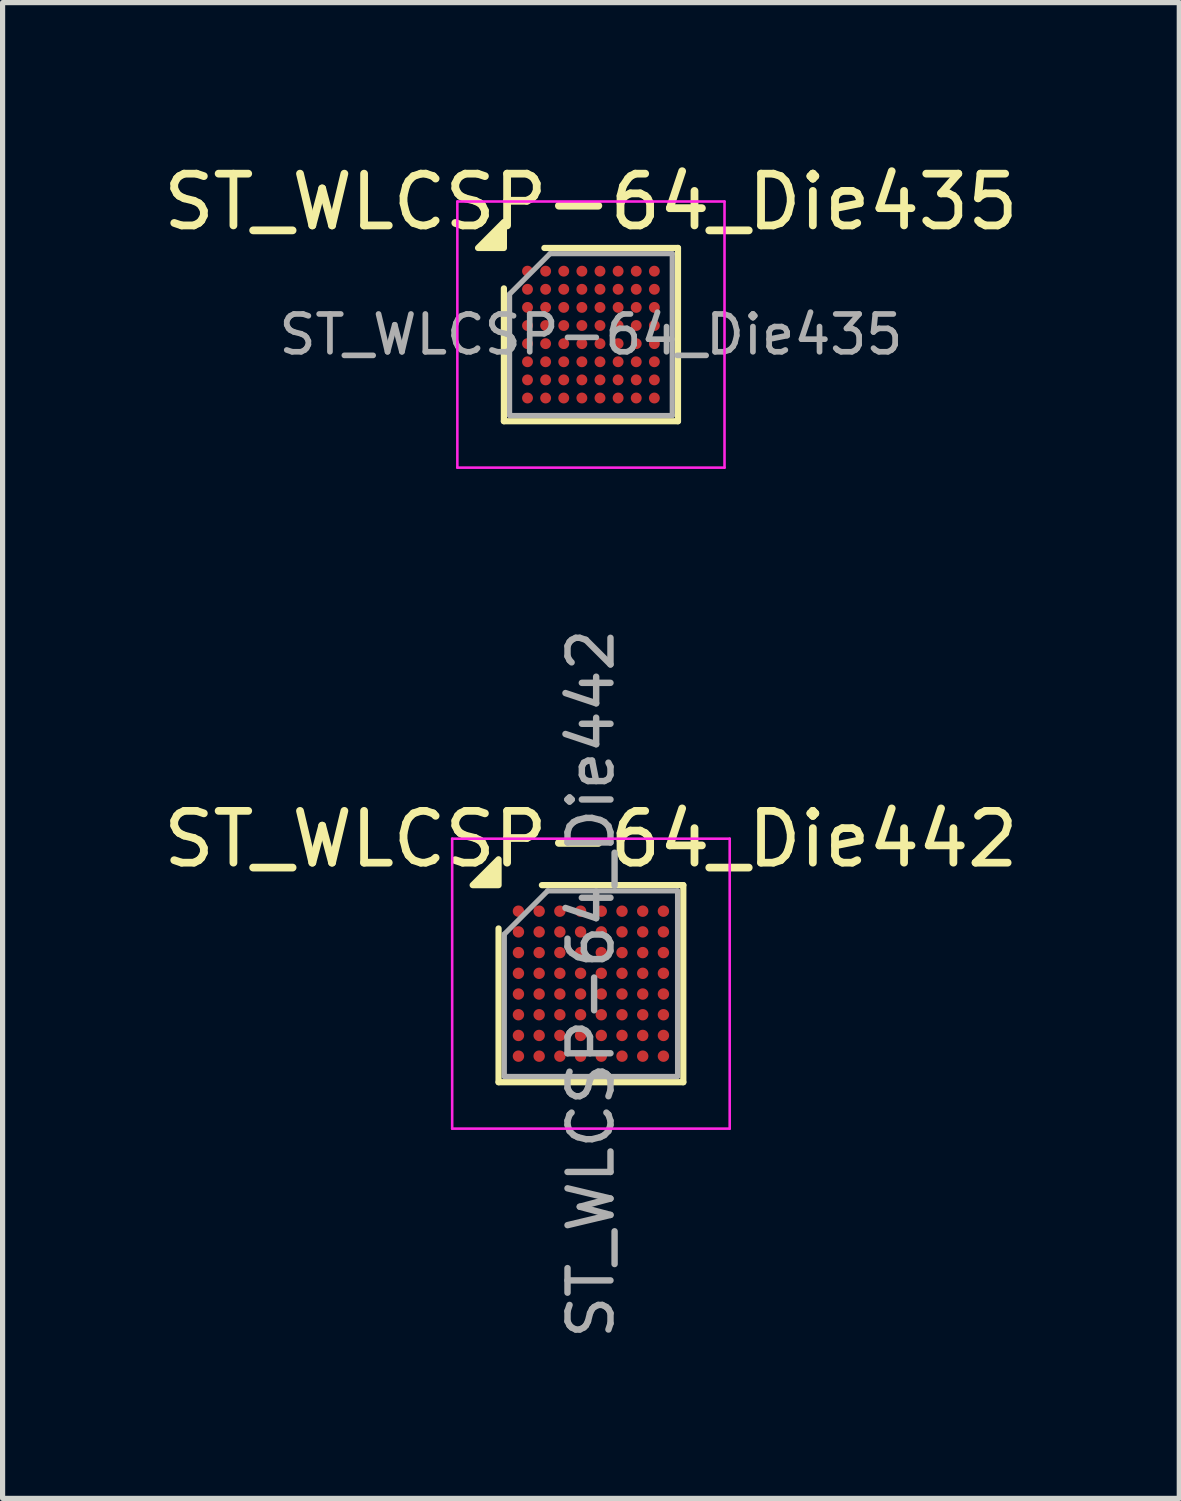
<source format=kicad_pcb>
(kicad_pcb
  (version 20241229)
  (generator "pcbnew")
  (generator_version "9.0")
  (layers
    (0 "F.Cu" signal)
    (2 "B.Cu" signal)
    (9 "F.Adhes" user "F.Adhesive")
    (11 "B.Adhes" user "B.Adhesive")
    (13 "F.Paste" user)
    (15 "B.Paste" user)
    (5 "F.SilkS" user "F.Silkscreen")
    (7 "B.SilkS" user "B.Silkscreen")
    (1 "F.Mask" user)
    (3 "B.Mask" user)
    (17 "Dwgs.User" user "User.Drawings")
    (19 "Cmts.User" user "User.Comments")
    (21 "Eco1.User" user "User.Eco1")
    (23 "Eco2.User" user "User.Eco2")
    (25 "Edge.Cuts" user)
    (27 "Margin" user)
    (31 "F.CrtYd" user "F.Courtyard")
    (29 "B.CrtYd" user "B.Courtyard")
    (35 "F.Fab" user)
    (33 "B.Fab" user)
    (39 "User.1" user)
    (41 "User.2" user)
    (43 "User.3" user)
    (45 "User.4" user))
  (footprint "ST_WLCSP-64_Die435"
    (layer "F.Cu")
    (at 8.363 3.412)
    (property "Reference" "ST_WLCSP-64_Die435" (at 0 -2.563 0) (layer "F.SilkS") (effects (font (size 1 1) (thickness 0.15))))
    (attr smd)
    (fp_line (start -1.681 1.673) (end -1.681 -0.892) (stroke (width 0.12) (type solid)) (layer "F.SilkS"))
    (fp_line (start -0.899 -1.673) (end 1.681 -1.673) (stroke (width 0.12) (type solid)) (layer "F.SilkS"))
    (fp_line (start 1.681 -1.673) (end 1.681 1.673) (stroke (width 0.12) (type solid)) (layer "F.SilkS"))
    (fp_line (start 1.681 1.673) (end -1.681 1.673) (stroke (width 0.12) (type solid)) (layer "F.SilkS"))
    (fp_poly (pts (xy -1.681 -1.673) (xy -2.18 -1.673) (xy -1.681 -2.174) (xy -1.681 -1.673)) (stroke (width 0.12) (type solid)) (fill yes) (layer "F.SilkS"))
    (fp_line (start -2.58 -2.57) (end -2.58 2.57) (stroke (width 0.05) (type solid)) (layer "F.CrtYd"))
    (fp_line (start -2.58 2.57) (end 2.58 2.57) (stroke (width 0.05) (type solid)) (layer "F.CrtYd"))
    (fp_line (start 2.58 -2.57) (end -2.58 -2.57) (stroke (width 0.05) (type solid)) (layer "F.CrtYd"))
    (fp_line (start 2.58 2.57) (end 2.58 -2.57) (stroke (width 0.05) (type solid)) (layer "F.CrtYd"))
    (fp_line (start -1.571 -0.782) (end -0.789 -1.563) (stroke (width 0.1) (type solid)) (layer "F.Fab"))
    (fp_line (start -1.571 1.563) (end -1.571 -0.782) (stroke (width 0.1) (type solid)) (layer "F.Fab"))
    (fp_line (start -0.789 -1.563) (end 1.571 -1.563) (stroke (width 0.1) (type solid)) (layer "F.Fab"))
    (fp_line (start 1.571 -1.563) (end 1.571 1.563) (stroke (width 0.1) (type solid)) (layer "F.Fab"))
    (fp_line (start 1.571 1.563) (end -1.571 1.563) (stroke (width 0.1) (type solid)) (layer "F.Fab"))
    (fp_text user "${REFERENCE}" (at 0 0 0) (layer "F.Fab") (effects (font (size 0.73 0.73) (thickness 0.11))))
    (pad "A1" smd circle (at -1.225 -1.225) (size 0.21 0.21) (property pad_prop_bga) (layers "F.Cu" "F.Mask" "F.Paste"))
    (pad "A2" smd circle (at -0.875 -1.225) (size 0.21 0.21) (property pad_prop_bga) (layers "F.Cu" "F.Mask" "F.Paste"))
    (pad "A3" smd circle (at -0.525 -1.225) (size 0.21 0.21) (property pad_prop_bga) (layers "F.Cu" "F.Mask" "F.Paste"))
    (pad "A4" smd circle (at -0.175 -1.225) (size 0.21 0.21) (property pad_prop_bga) (layers "F.Cu" "F.Mask" "F.Paste"))
    (pad "A5" smd circle (at 0.175 -1.225) (size 0.21 0.21) (property pad_prop_bga) (layers "F.Cu" "F.Mask" "F.Paste"))
    (pad "A6" smd circle (at 0.525 -1.225) (size 0.21 0.21) (property pad_prop_bga) (layers "F.Cu" "F.Mask" "F.Paste"))
    (pad "A7" smd circle (at 0.875 -1.225) (size 0.21 0.21) (property pad_prop_bga) (layers "F.Cu" "F.Mask" "F.Paste"))
    (pad "A8" smd circle (at 1.225 -1.225) (size 0.21 0.21) (property pad_prop_bga) (layers "F.Cu" "F.Mask" "F.Paste"))
    (pad "B1" smd circle (at -1.225 -0.875) (size 0.21 0.21) (property pad_prop_bga) (layers "F.Cu" "F.Mask" "F.Paste"))
    (pad "B2" smd circle (at -0.875 -0.875) (size 0.21 0.21) (property pad_prop_bga) (layers "F.Cu" "F.Mask" "F.Paste"))
    (pad "B3" smd circle (at -0.525 -0.875) (size 0.21 0.21) (property pad_prop_bga) (layers "F.Cu" "F.Mask" "F.Paste"))
    (pad "B4" smd circle (at -0.175 -0.875) (size 0.21 0.21) (property pad_prop_bga) (layers "F.Cu" "F.Mask" "F.Paste"))
    (pad "B5" smd circle (at 0.175 -0.875) (size 0.21 0.21) (property pad_prop_bga) (layers "F.Cu" "F.Mask" "F.Paste"))
    (pad "B6" smd circle (at 0.525 -0.875) (size 0.21 0.21) (property pad_prop_bga) (layers "F.Cu" "F.Mask" "F.Paste"))
    (pad "B7" smd circle (at 0.875 -0.875) (size 0.21 0.21) (property pad_prop_bga) (layers "F.Cu" "F.Mask" "F.Paste"))
    (pad "B8" smd circle (at 1.225 -0.875) (size 0.21 0.21) (property pad_prop_bga) (layers "F.Cu" "F.Mask" "F.Paste"))
    (pad "C1" smd circle (at -1.225 -0.525) (size 0.21 0.21) (property pad_prop_bga) (layers "F.Cu" "F.Mask" "F.Paste"))
    (pad "C2" smd circle (at -0.875 -0.525) (size 0.21 0.21) (property pad_prop_bga) (layers "F.Cu" "F.Mask" "F.Paste"))
    (pad "C3" smd circle (at -0.525 -0.525) (size 0.21 0.21) (property pad_prop_bga) (layers "F.Cu" "F.Mask" "F.Paste"))
    (pad "C4" smd circle (at -0.175 -0.525) (size 0.21 0.21) (property pad_prop_bga) (layers "F.Cu" "F.Mask" "F.Paste"))
    (pad "C5" smd circle (at 0.175 -0.525) (size 0.21 0.21) (property pad_prop_bga) (layers "F.Cu" "F.Mask" "F.Paste"))
    (pad "C6" smd circle (at 0.525 -0.525) (size 0.21 0.21) (property pad_prop_bga) (layers "F.Cu" "F.Mask" "F.Paste"))
    (pad "C7" smd circle (at 0.875 -0.525) (size 0.21 0.21) (property pad_prop_bga) (layers "F.Cu" "F.Mask" "F.Paste"))
    (pad "C8" smd circle (at 1.225 -0.525) (size 0.21 0.21) (property pad_prop_bga) (layers "F.Cu" "F.Mask" "F.Paste"))
    (pad "D1" smd circle (at -1.225 -0.175) (size 0.21 0.21) (property pad_prop_bga) (layers "F.Cu" "F.Mask" "F.Paste"))
    (pad "D2" smd circle (at -0.875 -0.175) (size 0.21 0.21) (property pad_prop_bga) (layers "F.Cu" "F.Mask" "F.Paste"))
    (pad "D3" smd circle (at -0.525 -0.175) (size 0.21 0.21) (property pad_prop_bga) (layers "F.Cu" "F.Mask" "F.Paste"))
    (pad "D4" smd circle (at -0.175 -0.175) (size 0.21 0.21) (property pad_prop_bga) (layers "F.Cu" "F.Mask" "F.Paste"))
    (pad "D5" smd circle (at 0.175 -0.175) (size 0.21 0.21) (property pad_prop_bga) (layers "F.Cu" "F.Mask" "F.Paste"))
    (pad "D6" smd circle (at 0.525 -0.175) (size 0.21 0.21) (property pad_prop_bga) (layers "F.Cu" "F.Mask" "F.Paste"))
    (pad "D7" smd circle (at 0.875 -0.175) (size 0.21 0.21) (property pad_prop_bga) (layers "F.Cu" "F.Mask" "F.Paste"))
    (pad "D8" smd circle (at 1.225 -0.175) (size 0.21 0.21) (property pad_prop_bga) (layers "F.Cu" "F.Mask" "F.Paste"))
    (pad "E1" smd circle (at -1.225 0.175) (size 0.21 0.21) (property pad_prop_bga) (layers "F.Cu" "F.Mask" "F.Paste"))
    (pad "E2" smd circle (at -0.875 0.175) (size 0.21 0.21) (property pad_prop_bga) (layers "F.Cu" "F.Mask" "F.Paste"))
    (pad "E3" smd circle (at -0.525 0.175) (size 0.21 0.21) (property pad_prop_bga) (layers "F.Cu" "F.Mask" "F.Paste"))
    (pad "E4" smd circle (at -0.175 0.175) (size 0.21 0.21) (property pad_prop_bga) (layers "F.Cu" "F.Mask" "F.Paste"))
    (pad "E5" smd circle (at 0.175 0.175) (size 0.21 0.21) (property pad_prop_bga) (layers "F.Cu" "F.Mask" "F.Paste"))
    (pad "E6" smd circle (at 0.525 0.175) (size 0.21 0.21) (property pad_prop_bga) (layers "F.Cu" "F.Mask" "F.Paste"))
    (pad "E7" smd circle (at 0.875 0.175) (size 0.21 0.21) (property pad_prop_bga) (layers "F.Cu" "F.Mask" "F.Paste"))
    (pad "E8" smd circle (at 1.225 0.175) (size 0.21 0.21) (property pad_prop_bga) (layers "F.Cu" "F.Mask" "F.Paste"))
    (pad "F1" smd circle (at -1.225 0.525) (size 0.21 0.21) (property pad_prop_bga) (layers "F.Cu" "F.Mask" "F.Paste"))
    (pad "F2" smd circle (at -0.875 0.525) (size 0.21 0.21) (property pad_prop_bga) (layers "F.Cu" "F.Mask" "F.Paste"))
    (pad "F3" smd circle (at -0.525 0.525) (size 0.21 0.21) (property pad_prop_bga) (layers "F.Cu" "F.Mask" "F.Paste"))
    (pad "F4" smd circle (at -0.175 0.525) (size 0.21 0.21) (property pad_prop_bga) (layers "F.Cu" "F.Mask" "F.Paste"))
    (pad "F5" smd circle (at 0.175 0.525) (size 0.21 0.21) (property pad_prop_bga) (layers "F.Cu" "F.Mask" "F.Paste"))
    (pad "F6" smd circle (at 0.525 0.525) (size 0.21 0.21) (property pad_prop_bga) (layers "F.Cu" "F.Mask" "F.Paste"))
    (pad "F7" smd circle (at 0.875 0.525) (size 0.21 0.21) (property pad_prop_bga) (layers "F.Cu" "F.Mask" "F.Paste"))
    (pad "F8" smd circle (at 1.225 0.525) (size 0.21 0.21) (property pad_prop_bga) (layers "F.Cu" "F.Mask" "F.Paste"))
    (pad "G1" smd circle (at -1.225 0.875) (size 0.21 0.21) (property pad_prop_bga) (layers "F.Cu" "F.Mask" "F.Paste"))
    (pad "G2" smd circle (at -0.875 0.875) (size 0.21 0.21) (property pad_prop_bga) (layers "F.Cu" "F.Mask" "F.Paste"))
    (pad "G3" smd circle (at -0.525 0.875) (size 0.21 0.21) (property pad_prop_bga) (layers "F.Cu" "F.Mask" "F.Paste"))
    (pad "G4" smd circle (at -0.175 0.875) (size 0.21 0.21) (property pad_prop_bga) (layers "F.Cu" "F.Mask" "F.Paste"))
    (pad "G5" smd circle (at 0.175 0.875) (size 0.21 0.21) (property pad_prop_bga) (layers "F.Cu" "F.Mask" "F.Paste"))
    (pad "G6" smd circle (at 0.525 0.875) (size 0.21 0.21) (property pad_prop_bga) (layers "F.Cu" "F.Mask" "F.Paste"))
    (pad "G7" smd circle (at 0.875 0.875) (size 0.21 0.21) (property pad_prop_bga) (layers "F.Cu" "F.Mask" "F.Paste"))
    (pad "G8" smd circle (at 1.225 0.875) (size 0.21 0.21) (property pad_prop_bga) (layers "F.Cu" "F.Mask" "F.Paste"))
    (pad "H1" smd circle (at -1.225 1.225) (size 0.21 0.21) (property pad_prop_bga) (layers "F.Cu" "F.Mask" "F.Paste"))
    (pad "H2" smd circle (at -0.875 1.225) (size 0.21 0.21) (property pad_prop_bga) (layers "F.Cu" "F.Mask" "F.Paste"))
    (pad "H3" smd circle (at -0.525 1.225) (size 0.21 0.21) (property pad_prop_bga) (layers "F.Cu" "F.Mask" "F.Paste"))
    (pad "H4" smd circle (at -0.175 1.225) (size 0.21 0.21) (property pad_prop_bga) (layers "F.Cu" "F.Mask" "F.Paste"))
    (pad "H5" smd circle (at 0.175 1.225) (size 0.21 0.21) (property pad_prop_bga) (layers "F.Cu" "F.Mask" "F.Paste"))
    (pad "H6" smd circle (at 0.525 1.225) (size 0.21 0.21) (property pad_prop_bga) (layers "F.Cu" "F.Mask" "F.Paste"))
    (pad "H7" smd circle (at 0.875 1.225) (size 0.21 0.21) (property pad_prop_bga) (layers "F.Cu" "F.Mask" "F.Paste"))
    (pad "H8" smd circle (at 1.225 1.225) (size 0.21 0.21) (property pad_prop_bga) (layers "F.Cu" "F.Mask" "F.Paste")))
  (footprint "ST_WLCSP-64_Die442"
    (layer "F.Cu")
    (at 8.363 15.948)
    (property "Reference" "ST_WLCSP-64_Die442" (at 0 -2.792 0) (layer "F.SilkS") (effects (font (size 1 1) (thickness 0.15))))
    (attr smd)
    (fp_line (start -1.784 1.903) (end -1.784 -1.066) (stroke (width 0.12) (type solid)) (layer "F.SilkS"))
    (fp_line (start -0.947 -1.903) (end 1.784 -1.903) (stroke (width 0.12) (type solid)) (layer "F.SilkS"))
    (fp_line (start 1.784 -1.903) (end 1.784 1.903) (stroke (width 0.12) (type solid)) (layer "F.SilkS"))
    (fp_line (start 1.784 1.903) (end -1.784 1.903) (stroke (width 0.12) (type solid)) (layer "F.SilkS"))
    (fp_poly (pts (xy -1.784 -1.903) (xy -2.284 -1.903) (xy -1.784 -2.402) (xy -1.784 -1.903)) (stroke (width 0.12) (type solid)) (fill yes) (layer "F.SilkS"))
    (fp_line (start -2.68 -2.8) (end -2.68 2.8) (stroke (width 0.05) (type solid)) (layer "F.CrtYd"))
    (fp_line (start -2.68 2.8) (end 2.68 2.8) (stroke (width 0.05) (type solid)) (layer "F.CrtYd"))
    (fp_line (start 2.68 -2.8) (end -2.68 -2.8) (stroke (width 0.05) (type solid)) (layer "F.CrtYd"))
    (fp_line (start 2.68 2.8) (end 2.68 -2.8) (stroke (width 0.05) (type solid)) (layer "F.CrtYd"))
    (fp_line (start -1.673 -0.956) (end -0.837 -1.792) (stroke (width 0.1) (type solid)) (layer "F.Fab"))
    (fp_line (start -1.673 1.792) (end -1.673 -0.956) (stroke (width 0.1) (type solid)) (layer "F.Fab"))
    (fp_line (start -0.837 -1.792) (end 1.673 -1.792) (stroke (width 0.1) (type solid)) (layer "F.Fab"))
    (fp_line (start 1.673 -1.792) (end 1.673 1.792) (stroke (width 0.1) (type solid)) (layer "F.Fab"))
    (fp_line (start 1.673 1.792) (end -1.673 1.792) (stroke (width 0.1) (type solid)) (layer "F.Fab"))
    (fp_text user "${REFERENCE}" (at 0 0 270) (layer "F.Fab") (effects (font (size 0.83 0.83) (thickness 0.124))))
    (pad "A1" smd circle (at -1.4 -1.4) (size 0.22 0.22) (property pad_prop_bga) (layers "F.Cu" "F.Mask" "F.Paste"))
    (pad "A2" smd circle (at -1 -1.4) (size 0.22 0.22) (property pad_prop_bga) (layers "F.Cu" "F.Mask" "F.Paste"))
    (pad "A3" smd circle (at -0.6 -1.4) (size 0.22 0.22) (property pad_prop_bga) (layers "F.Cu" "F.Mask" "F.Paste"))
    (pad "A4" smd circle (at -0.2 -1.4) (size 0.22 0.22) (property pad_prop_bga) (layers "F.Cu" "F.Mask" "F.Paste"))
    (pad "A5" smd circle (at 0.2 -1.4) (size 0.22 0.22) (property pad_prop_bga) (layers "F.Cu" "F.Mask" "F.Paste"))
    (pad "A6" smd circle (at 0.6 -1.4) (size 0.22 0.22) (property pad_prop_bga) (layers "F.Cu" "F.Mask" "F.Paste"))
    (pad "A7" smd circle (at 1 -1.4) (size 0.22 0.22) (property pad_prop_bga) (layers "F.Cu" "F.Mask" "F.Paste"))
    (pad "A8" smd circle (at 1.4 -1.4) (size 0.22 0.22) (property pad_prop_bga) (layers "F.Cu" "F.Mask" "F.Paste"))
    (pad "B1" smd circle (at -1.4 -1) (size 0.22 0.22) (property pad_prop_bga) (layers "F.Cu" "F.Mask" "F.Paste"))
    (pad "B2" smd circle (at -1 -1) (size 0.22 0.22) (property pad_prop_bga) (layers "F.Cu" "F.Mask" "F.Paste"))
    (pad "B3" smd circle (at -0.6 -1) (size 0.22 0.22) (property pad_prop_bga) (layers "F.Cu" "F.Mask" "F.Paste"))
    (pad "B4" smd circle (at -0.2 -1) (size 0.22 0.22) (property pad_prop_bga) (layers "F.Cu" "F.Mask" "F.Paste"))
    (pad "B5" smd circle (at 0.2 -1) (size 0.22 0.22) (property pad_prop_bga) (layers "F.Cu" "F.Mask" "F.Paste"))
    (pad "B6" smd circle (at 0.6 -1) (size 0.22 0.22) (property pad_prop_bga) (layers "F.Cu" "F.Mask" "F.Paste"))
    (pad "B7" smd circle (at 1 -1) (size 0.22 0.22) (property pad_prop_bga) (layers "F.Cu" "F.Mask" "F.Paste"))
    (pad "B8" smd circle (at 1.4 -1) (size 0.22 0.22) (property pad_prop_bga) (layers "F.Cu" "F.Mask" "F.Paste"))
    (pad "C1" smd circle (at -1.4 -0.6) (size 0.22 0.22) (property pad_prop_bga) (layers "F.Cu" "F.Mask" "F.Paste"))
    (pad "C2" smd circle (at -1 -0.6) (size 0.22 0.22) (property pad_prop_bga) (layers "F.Cu" "F.Mask" "F.Paste"))
    (pad "C3" smd circle (at -0.6 -0.6) (size 0.22 0.22) (property pad_prop_bga) (layers "F.Cu" "F.Mask" "F.Paste"))
    (pad "C4" smd circle (at -0.2 -0.6) (size 0.22 0.22) (property pad_prop_bga) (layers "F.Cu" "F.Mask" "F.Paste"))
    (pad "C5" smd circle (at 0.2 -0.6) (size 0.22 0.22) (property pad_prop_bga) (layers "F.Cu" "F.Mask" "F.Paste"))
    (pad "C6" smd circle (at 0.6 -0.6) (size 0.22 0.22) (property pad_prop_bga) (layers "F.Cu" "F.Mask" "F.Paste"))
    (pad "C7" smd circle (at 1 -0.6) (size 0.22 0.22) (property pad_prop_bga) (layers "F.Cu" "F.Mask" "F.Paste"))
    (pad "C8" smd circle (at 1.4 -0.6) (size 0.22 0.22) (property pad_prop_bga) (layers "F.Cu" "F.Mask" "F.Paste"))
    (pad "D1" smd circle (at -1.4 -0.2) (size 0.22 0.22) (property pad_prop_bga) (layers "F.Cu" "F.Mask" "F.Paste"))
    (pad "D2" smd circle (at -1 -0.2) (size 0.22 0.22) (property pad_prop_bga) (layers "F.Cu" "F.Mask" "F.Paste"))
    (pad "D3" smd circle (at -0.6 -0.2) (size 0.22 0.22) (property pad_prop_bga) (layers "F.Cu" "F.Mask" "F.Paste"))
    (pad "D4" smd circle (at -0.2 -0.2) (size 0.22 0.22) (property pad_prop_bga) (layers "F.Cu" "F.Mask" "F.Paste"))
    (pad "D5" smd circle (at 0.2 -0.2) (size 0.22 0.22) (property pad_prop_bga) (layers "F.Cu" "F.Mask" "F.Paste"))
    (pad "D6" smd circle (at 0.6 -0.2) (size 0.22 0.22) (property pad_prop_bga) (layers "F.Cu" "F.Mask" "F.Paste"))
    (pad "D7" smd circle (at 1 -0.2) (size 0.22 0.22) (property pad_prop_bga) (layers "F.Cu" "F.Mask" "F.Paste"))
    (pad "D8" smd circle (at 1.4 -0.2) (size 0.22 0.22) (property pad_prop_bga) (layers "F.Cu" "F.Mask" "F.Paste"))
    (pad "E1" smd circle (at -1.4 0.2) (size 0.22 0.22) (property pad_prop_bga) (layers "F.Cu" "F.Mask" "F.Paste"))
    (pad "E2" smd circle (at -1 0.2) (size 0.22 0.22) (property pad_prop_bga) (layers "F.Cu" "F.Mask" "F.Paste"))
    (pad "E3" smd circle (at -0.6 0.2) (size 0.22 0.22) (property pad_prop_bga) (layers "F.Cu" "F.Mask" "F.Paste"))
    (pad "E4" smd circle (at -0.2 0.2) (size 0.22 0.22) (property pad_prop_bga) (layers "F.Cu" "F.Mask" "F.Paste"))
    (pad "E5" smd circle (at 0.2 0.2) (size 0.22 0.22) (property pad_prop_bga) (layers "F.Cu" "F.Mask" "F.Paste"))
    (pad "E6" smd circle (at 0.6 0.2) (size 0.22 0.22) (property pad_prop_bga) (layers "F.Cu" "F.Mask" "F.Paste"))
    (pad "E7" smd circle (at 1 0.2) (size 0.22 0.22) (property pad_prop_bga) (layers "F.Cu" "F.Mask" "F.Paste"))
    (pad "E8" smd circle (at 1.4 0.2) (size 0.22 0.22) (property pad_prop_bga) (layers "F.Cu" "F.Mask" "F.Paste"))
    (pad "F1" smd circle (at -1.4 0.6) (size 0.22 0.22) (property pad_prop_bga) (layers "F.Cu" "F.Mask" "F.Paste"))
    (pad "F2" smd circle (at -1 0.6) (size 0.22 0.22) (property pad_prop_bga) (layers "F.Cu" "F.Mask" "F.Paste"))
    (pad "F3" smd circle (at -0.6 0.6) (size 0.22 0.22) (property pad_prop_bga) (layers "F.Cu" "F.Mask" "F.Paste"))
    (pad "F4" smd circle (at -0.2 0.6) (size 0.22 0.22) (property pad_prop_bga) (layers "F.Cu" "F.Mask" "F.Paste"))
    (pad "F5" smd circle (at 0.2 0.6) (size 0.22 0.22) (property pad_prop_bga) (layers "F.Cu" "F.Mask" "F.Paste"))
    (pad "F6" smd circle (at 0.6 0.6) (size 0.22 0.22) (property pad_prop_bga) (layers "F.Cu" "F.Mask" "F.Paste"))
    (pad "F7" smd circle (at 1 0.6) (size 0.22 0.22) (property pad_prop_bga) (layers "F.Cu" "F.Mask" "F.Paste"))
    (pad "F8" smd circle (at 1.4 0.6) (size 0.22 0.22) (property pad_prop_bga) (layers "F.Cu" "F.Mask" "F.Paste"))
    (pad "G1" smd circle (at -1.4 1) (size 0.22 0.22) (property pad_prop_bga) (layers "F.Cu" "F.Mask" "F.Paste"))
    (pad "G2" smd circle (at -1 1) (size 0.22 0.22) (property pad_prop_bga) (layers "F.Cu" "F.Mask" "F.Paste"))
    (pad "G3" smd circle (at -0.6 1) (size 0.22 0.22) (property pad_prop_bga) (layers "F.Cu" "F.Mask" "F.Paste"))
    (pad "G4" smd circle (at -0.2 1) (size 0.22 0.22) (property pad_prop_bga) (layers "F.Cu" "F.Mask" "F.Paste"))
    (pad "G5" smd circle (at 0.2 1) (size 0.22 0.22) (property pad_prop_bga) (layers "F.Cu" "F.Mask" "F.Paste"))
    (pad "G6" smd circle (at 0.6 1) (size 0.22 0.22) (property pad_prop_bga) (layers "F.Cu" "F.Mask" "F.Paste"))
    (pad "G7" smd circle (at 1 1) (size 0.22 0.22) (property pad_prop_bga) (layers "F.Cu" "F.Mask" "F.Paste"))
    (pad "G8" smd circle (at 1.4 1) (size 0.22 0.22) (property pad_prop_bga) (layers "F.Cu" "F.Mask" "F.Paste"))
    (pad "H1" smd circle (at -1.4 1.4) (size 0.22 0.22) (property pad_prop_bga) (layers "F.Cu" "F.Mask" "F.Paste"))
    (pad "H2" smd circle (at -1 1.4) (size 0.22 0.22) (property pad_prop_bga) (layers "F.Cu" "F.Mask" "F.Paste"))
    (pad "H3" smd circle (at -0.6 1.4) (size 0.22 0.22) (property pad_prop_bga) (layers "F.Cu" "F.Mask" "F.Paste"))
    (pad "H4" smd circle (at -0.2 1.4) (size 0.22 0.22) (property pad_prop_bga) (layers "F.Cu" "F.Mask" "F.Paste"))
    (pad "H5" smd circle (at 0.2 1.4) (size 0.22 0.22) (property pad_prop_bga) (layers "F.Cu" "F.Mask" "F.Paste"))
    (pad "H6" smd circle (at 0.6 1.4) (size 0.22 0.22) (property pad_prop_bga) (layers "F.Cu" "F.Mask" "F.Paste"))
    (pad "H7" smd circle (at 1 1.4) (size 0.22 0.22) (property pad_prop_bga) (layers "F.Cu" "F.Mask" "F.Paste"))
    (pad "H8" smd circle (at 1.4 1.4) (size 0.22 0.22) (property pad_prop_bga) (layers "F.Cu" "F.Mask" "F.Paste")))
  (gr_rect
    (start -3 -3)
    (end 19.726 25.889)
    (stroke (width 0.1) (type default))
    (fill no)
    (layer "Edge.Cuts")))
</source>
